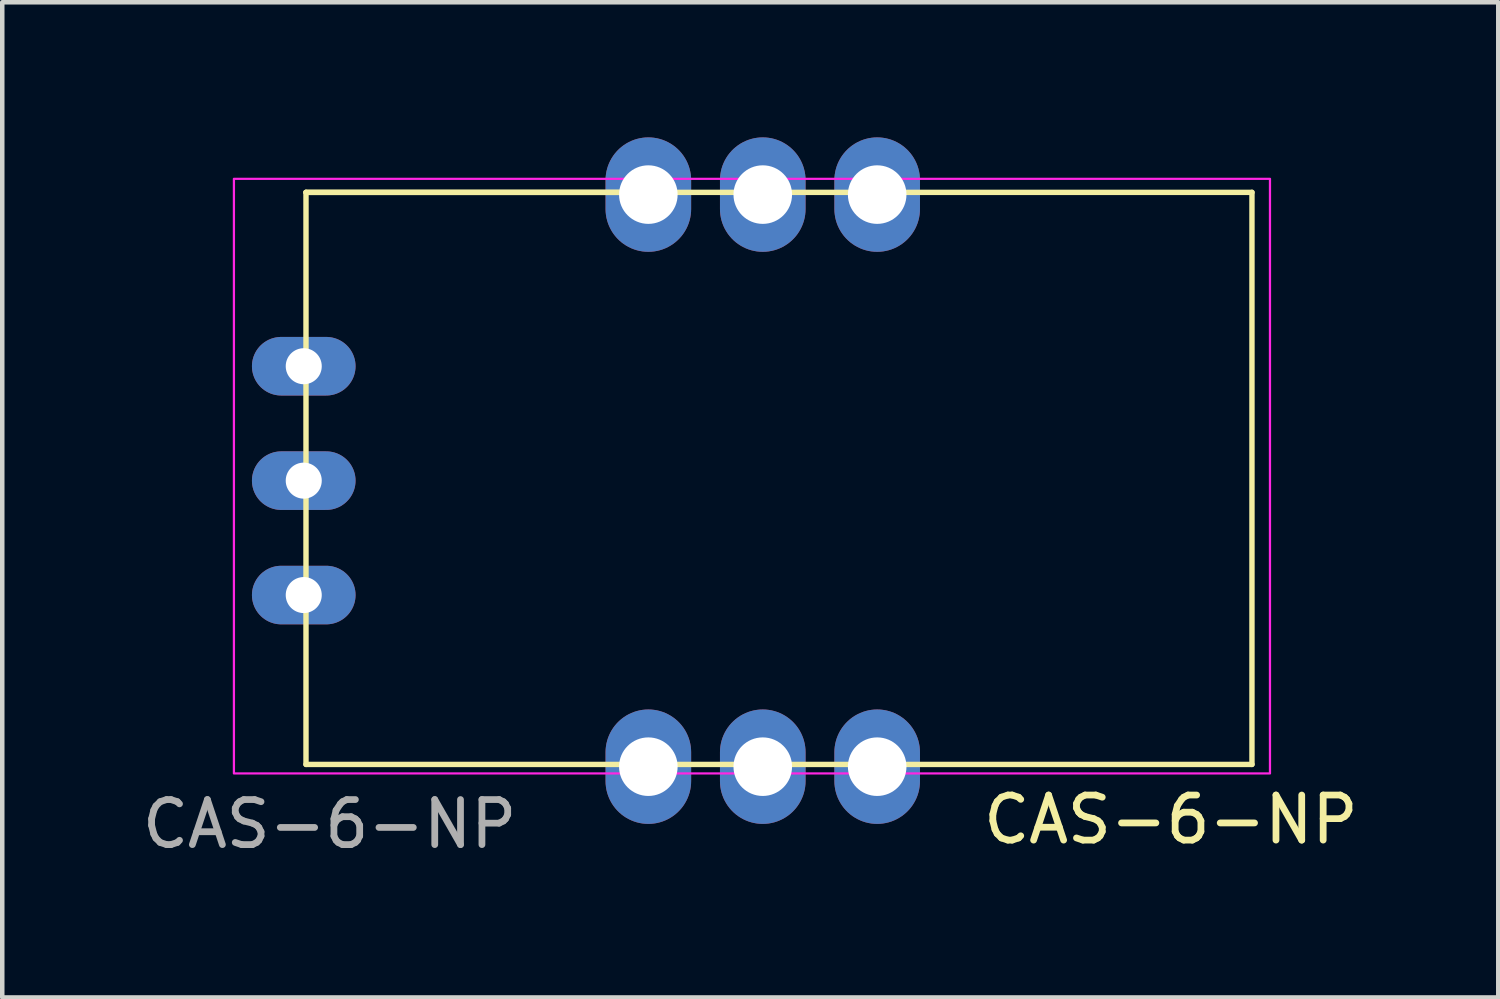
<source format=kicad_pcb>
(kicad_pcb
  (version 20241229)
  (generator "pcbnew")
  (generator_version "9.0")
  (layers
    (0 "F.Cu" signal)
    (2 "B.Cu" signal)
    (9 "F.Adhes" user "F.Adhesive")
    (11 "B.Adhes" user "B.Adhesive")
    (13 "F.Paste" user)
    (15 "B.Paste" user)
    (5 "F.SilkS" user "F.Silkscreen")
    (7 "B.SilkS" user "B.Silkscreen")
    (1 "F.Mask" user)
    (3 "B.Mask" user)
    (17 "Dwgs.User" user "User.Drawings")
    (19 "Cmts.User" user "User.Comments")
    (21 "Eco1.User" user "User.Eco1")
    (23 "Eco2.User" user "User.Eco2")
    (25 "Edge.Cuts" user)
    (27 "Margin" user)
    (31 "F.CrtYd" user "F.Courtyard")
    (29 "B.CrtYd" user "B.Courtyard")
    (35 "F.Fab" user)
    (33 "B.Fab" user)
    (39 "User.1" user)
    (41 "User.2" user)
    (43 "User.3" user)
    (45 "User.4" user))
  (footprint "CAS-6-NP"
    (layer "F.Cu")
    (at 13.943 7.645)
    (property "Reference" "CAS-6-NP" (at 9 7.5 0) (unlocked yes) (layer "F.SilkS") (effects (font (size 1 1) (thickness 0.15))))
    (attr smd)
    (fp_line (start -10.2 -6.425) (end -10.2 -2.625) (stroke (width 0.12) (type solid)) (layer "F.SilkS"))
    (fp_line (start -10.2 -6.425) (end 10.8 -6.425) (stroke (width 0.12) (type solid)) (layer "F.SilkS"))
    (fp_line (start -10.2 -2.625) (end -10.2 6.275) (stroke (width 0.12) (type solid)) (layer "F.SilkS"))
    (fp_line (start -2.6 -6.425) (end -10.2 -6.425) (stroke (width 0.12) (type solid)) (layer "F.SilkS"))
    (fp_line (start -2.6 6.275) (end -10.2 6.275) (stroke (width 0.12) (type solid)) (layer "F.SilkS"))
    (fp_line (start -2.6 6.275) (end 10.8 6.275) (stroke (width 0.12) (type solid)) (layer "F.SilkS"))
    (fp_line (start 10.8 -6.425) (end 10.8 6.275) (stroke (width 0.12) (type solid)) (layer "F.SilkS"))
    (fp_rect (start -11.8 -6.725) (end 11.2 6.475) (stroke (width 0.05) (type solid)) (fill no) (layer "F.CrtYd"))
    (fp_text user "${REFERENCE}" (at -9.675 7.6 0) (unlocked yes) (layer "F.Fab") (effects (font (size 1 1) (thickness 0.15))))
    (pad "1" thru_hole oval (at -10.25 -2.565) (size 2.3 1.3) (drill oval 0.8) (layers "*.Cu" "*.Mask"))
    (pad "2" thru_hole oval (at -10.25 -0.025) (size 2.3 1.3) (drill oval 0.8) (layers "*.Cu" "*.Mask"))
    (pad "3" thru_hole oval (at -10.25 2.515) (size 2.3 1.3) (drill oval 0.8) (layers "*.Cu" "*.Mask"))
    (pad "4" thru_hole oval (at -2.6 -6.375) (size 1.9 2.54) (drill 1.3) (layers "*.Cu" "*.Mask"))
    (pad "5" thru_hole oval (at -0.06 -6.375) (size 1.9 2.54) (drill 1.3) (layers "*.Cu" "*.Mask"))
    (pad "6" thru_hole oval (at 2.48 -6.375) (size 1.9 2.54) (drill 1.3) (layers "*.Cu" "*.Mask"))
    (pad "7" thru_hole oval (at -2.6 6.325) (size 1.9 2.54) (drill 1.3) (layers "*.Cu" "*.Mask"))
    (pad "8" thru_hole oval (at -0.06 6.325) (size 1.9 2.54) (drill 1.3) (layers "*.Cu" "*.Mask"))
    (pad "9" thru_hole oval (at 2.48 6.325) (size 1.9 2.54) (drill 1.3) (layers "*.Cu" "*.Mask")))
  (gr_rect
    (start -3 -3)
    (end 30.211 19.093)
    (stroke (width 0.1) (type default))
    (fill no)
    (layer "Edge.Cuts")))
</source>
